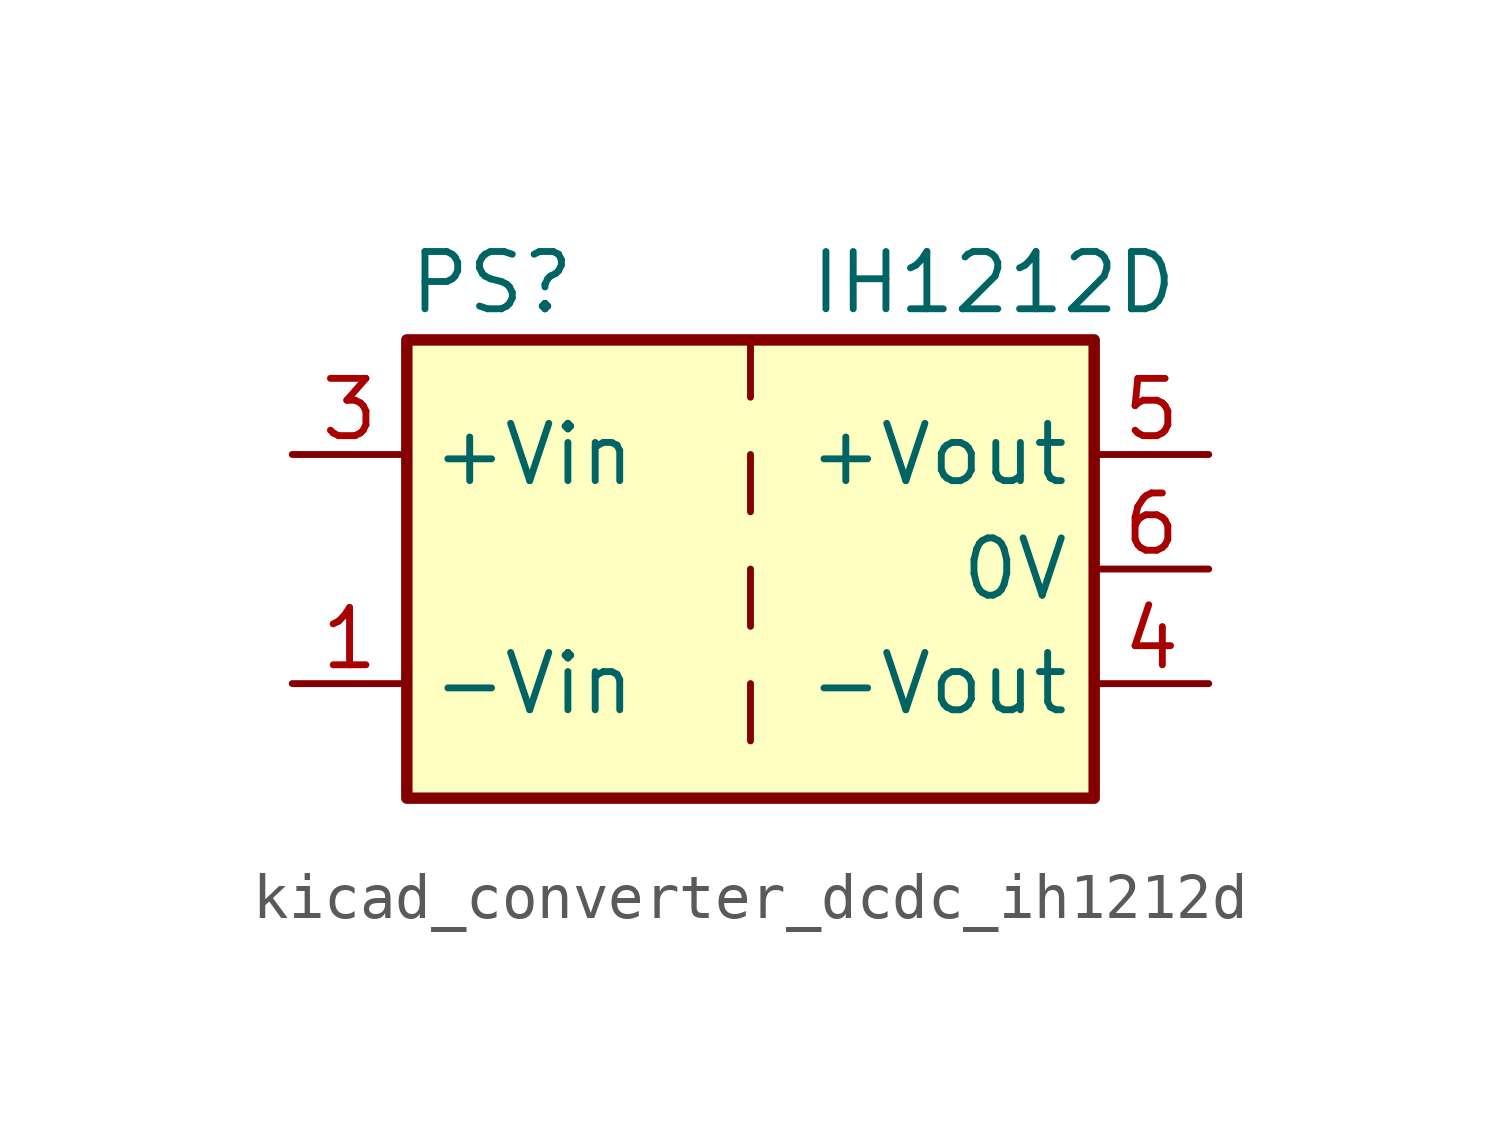
<source format=kicad_sym>
(kicad_symbol_lib
  (version 20220914)
  (generator kicad_symbol_editor)
  (symbol "kicad_converter_dcdc_ih1212d"
    (property "Reference" "PS"
      (at -7.62 6.35 0)
      (effects (font (size 1.27 1.27)) (justify left)))
    (property "Value" "IH1212D"
      (at 1.27 6.35 0)
      (effects (font (size 1.27 1.27)) (justify left)))
    (symbol "kicad_converter_dcdc_ih1212d_0_0"
      (pin power_in line (at -10.16 -2.54 0) (length 2.54) (name "-Vin" (effects (font (size 1.27 1.27)))) (number "1" (effects (font (size 1.27 1.27)))))
      (pin power_in line (at -10.16 2.54 0) (length 2.54) (name "+Vin" (effects (font (size 1.27 1.27)))) (number "3" (effects (font (size 1.27 1.27)))))
      (pin power_out line (at 10.16 -2.54 180) (length 2.54) (name "-Vout" (effects (font (size 1.27 1.27)))) (number "4" (effects (font (size 1.27 1.27)))))
      (pin power_out line (at 10.16 2.54 180) (length 2.54) (name "+Vout" (effects (font (size 1.27 1.27)))) (number "5" (effects (font (size 1.27 1.27)))))
      (pin power_out line (at 10.16 0 180) (length 2.54) (name "0V" (effects (font (size 1.27 1.27)))) (number "6" (effects (font (size 1.27 1.27))))))
    (symbol "kicad_converter_dcdc_ih1212d_0_1"
      (rectangle (start -7.62 5.08) (end 7.62 -5.08) (stroke (width 0.254) (type default)) (fill (type background)))
      (polyline (pts (xy 0 -2.54) (xy 0 -3.81)) (stroke (width 0) (type default)) (fill (type none)))
      (polyline (pts (xy 0 0) (xy 0 -1.27)) (stroke (width 0) (type default)) (fill (type none)))
      (polyline (pts (xy 0 2.54) (xy 0 1.27)) (stroke (width 0) (type default)) (fill (type none)))
      (polyline (pts (xy 0 5.08) (xy 0 3.81)) (stroke (width 0) (type default)) (fill (type none))))
    (symbol "kicad_converter_dcdc_ih1212d_1_1"
      (pin no_connect line (at 0 -5.08 90) (length 2.54) hide (name "NC" (effects (font (size 1.27 1.27)))) (number "2" (effects (font (size 1.27 1.27))))))))
</source>
